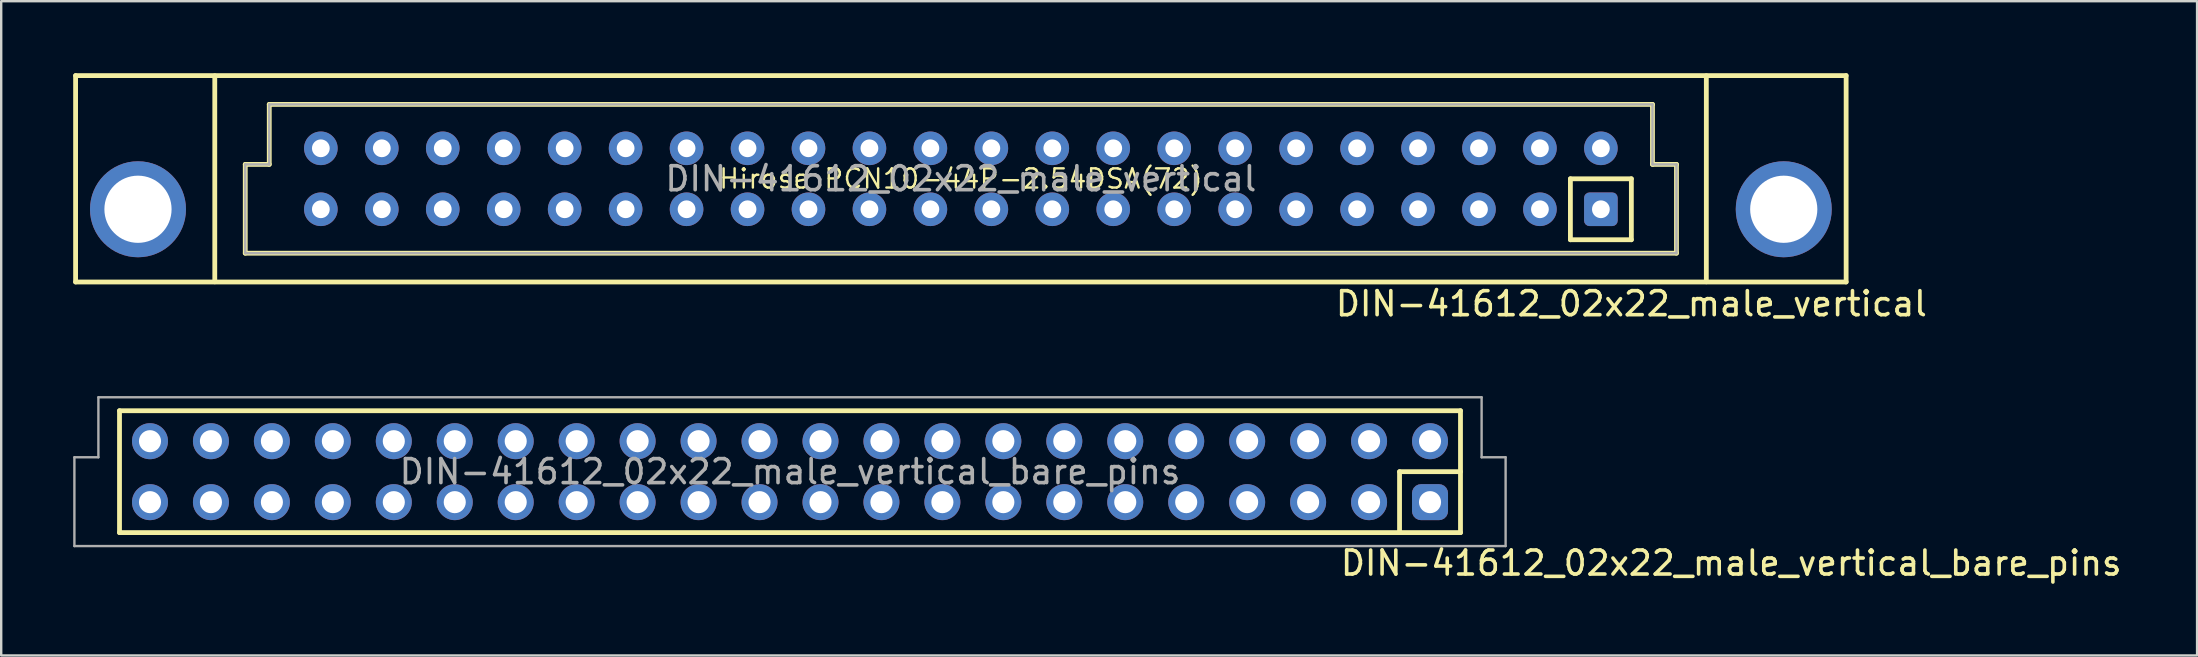
<source format=kicad_pcb>
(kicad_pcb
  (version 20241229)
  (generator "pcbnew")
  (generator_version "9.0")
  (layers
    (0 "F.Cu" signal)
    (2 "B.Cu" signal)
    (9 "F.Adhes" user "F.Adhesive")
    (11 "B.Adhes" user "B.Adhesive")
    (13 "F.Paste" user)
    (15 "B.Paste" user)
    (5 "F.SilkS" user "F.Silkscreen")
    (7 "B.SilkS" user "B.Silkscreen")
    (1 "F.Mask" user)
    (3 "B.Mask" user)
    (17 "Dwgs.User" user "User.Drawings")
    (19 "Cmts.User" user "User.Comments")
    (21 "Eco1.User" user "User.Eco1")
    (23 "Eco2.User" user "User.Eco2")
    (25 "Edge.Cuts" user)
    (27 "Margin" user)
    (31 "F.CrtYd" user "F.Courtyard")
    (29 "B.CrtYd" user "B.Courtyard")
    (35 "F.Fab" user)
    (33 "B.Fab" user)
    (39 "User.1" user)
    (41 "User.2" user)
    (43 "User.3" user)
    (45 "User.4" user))
  (footprint "DIN-41612_02x22_male_vertical_bare_pins"
    (layer "F.Cu")
    (at 29.87 16.605)
    (property "Reference" "DIN-41612_02x22_male_vertical_bare_pins" (at 22.86 3.81 180) (layer "F.SilkS") (effects (font (size 1 1) (thickness 0.15)) (justify left)))
    (attr through_hole)
    (fp_line (start -27.94 -2.54) (end -27.94 2.54) (stroke (width 0.2) (type solid)) (layer "F.SilkS"))
    (fp_line (start -27.94 2.54) (end 27.94 2.54) (stroke (width 0.2) (type solid)) (layer "F.SilkS"))
    (fp_line (start 25.4 0) (end 27.94 0) (stroke (width 0.2) (type solid)) (layer "F.SilkS"))
    (fp_line (start 25.4 2.54) (end 25.4 0) (stroke (width 0.2) (type solid)) (layer "F.SilkS"))
    (fp_line (start 27.94 -2.54) (end -27.94 -2.54) (stroke (width 0.2) (type solid)) (layer "F.SilkS"))
    (fp_line (start 27.94 2.54) (end 27.94 -2.54) (stroke (width 0.2) (type solid)) (layer "F.SilkS"))
    (fp_rect (start 26.352 0.953) (end 26.988 1.587) (stroke (width 0.001) (type solid)) (fill no) (layer "Dwgs.User"))
    (fp_line (start -29.82 -0.6) (end -29.82 3.1) (stroke (width 0.1) (type solid)) (layer "F.Fab"))
    (fp_line (start -29.82 3.1) (end 29.82 3.1) (stroke (width 0.1) (type solid)) (layer "F.Fab"))
    (fp_line (start -28.82 -3.1) (end -28.82 -0.6) (stroke (width 0.1) (type solid)) (layer "F.Fab"))
    (fp_line (start -28.82 -0.6) (end -29.82 -0.6) (stroke (width 0.1) (type solid)) (layer "F.Fab"))
    (fp_line (start 28.82 -3.1) (end -28.82 -3.1) (stroke (width 0.1) (type solid)) (layer "F.Fab"))
    (fp_line (start 28.82 -0.6) (end 28.82 -3.1) (stroke (width 0.1) (type solid)) (layer "F.Fab"))
    (fp_line (start 29.82 -0.6) (end 28.82 -0.6) (stroke (width 0.1) (type solid)) (layer "F.Fab"))
    (fp_line (start 29.82 3.1) (end 29.82 -0.6) (stroke (width 0.1) (type solid)) (layer "F.Fab"))
    (fp_text user "${REFERENCE}" (at 0 0 180) (layer "F.Fab") (effects (font (size 1 1) (thickness 0.15))))
    (pad "a1" thru_hole roundrect (at 26.67 1.27 270) (size 1.5 1.5) (drill 0.92) (layers "*.Cu" "*.Mask") (roundrect_rratio 0.25))
    (pad "a2" thru_hole circle (at 24.13 1.27 270) (size 1.5 1.5) (drill 0.92) (layers "*.Cu" "*.Mask"))
    (pad "a3" thru_hole circle (at 21.59 1.27 270) (size 1.5 1.5) (drill 0.92) (layers "*.Cu" "*.Mask"))
    (pad "a4" thru_hole circle (at 19.05 1.27 270) (size 1.5 1.5) (drill 0.92) (layers "*.Cu" "*.Mask"))
    (pad "a5" thru_hole circle (at 16.51 1.27 270) (size 1.5 1.5) (drill 0.92) (layers "*.Cu" "*.Mask"))
    (pad "a6" thru_hole circle (at 13.97 1.27 270) (size 1.5 1.5) (drill 0.92) (layers "*.Cu" "*.Mask"))
    (pad "a7" thru_hole circle (at 11.43 1.27 270) (size 1.5 1.5) (drill 0.92) (layers "*.Cu" "*.Mask"))
    (pad "a8" thru_hole circle (at 8.89 1.27 270) (size 1.5 1.5) (drill 0.92) (layers "*.Cu" "*.Mask"))
    (pad "a9" thru_hole circle (at 6.35 1.27 270) (size 1.5 1.5) (drill 0.92) (layers "*.Cu" "*.Mask"))
    (pad "a10" thru_hole circle (at 3.81 1.27 270) (size 1.5 1.5) (drill 0.92) (layers "*.Cu" "*.Mask"))
    (pad "a11" thru_hole circle (at 1.27 1.27 270) (size 1.5 1.5) (drill 0.92) (layers "*.Cu" "*.Mask"))
    (pad "a12" thru_hole circle (at -1.27 1.27 270) (size 1.5 1.5) (drill 0.92) (layers "*.Cu" "*.Mask"))
    (pad "a13" thru_hole circle (at -3.81 1.27 270) (size 1.5 1.5) (drill 0.92) (layers "*.Cu" "*.Mask"))
    (pad "a14" thru_hole circle (at -6.35 1.27 270) (size 1.5 1.5) (drill 0.92) (layers "*.Cu" "*.Mask"))
    (pad "a15" thru_hole circle (at -8.89 1.27 270) (size 1.5 1.5) (drill 0.92) (layers "*.Cu" "*.Mask"))
    (pad "a16" thru_hole circle (at -11.43 1.27 270) (size 1.5 1.5) (drill 0.92) (layers "*.Cu" "*.Mask"))
    (pad "a17" thru_hole circle (at -13.97 1.27 270) (size 1.5 1.5) (drill 0.92) (layers "*.Cu" "*.Mask"))
    (pad "a18" thru_hole circle (at -16.51 1.27 270) (size 1.5 1.5) (drill 0.92) (layers "*.Cu" "*.Mask"))
    (pad "a19" thru_hole circle (at -19.05 1.27 270) (size 1.5 1.5) (drill 0.92) (layers "*.Cu" "*.Mask"))
    (pad "a20" thru_hole circle (at -21.59 1.27 270) (size 1.5 1.5) (drill 0.92) (layers "*.Cu" "*.Mask"))
    (pad "a21" thru_hole circle (at -24.13 1.27 270) (size 1.5 1.5) (drill 0.92) (layers "*.Cu" "*.Mask"))
    (pad "a22" thru_hole circle (at -26.67 1.27 270) (size 1.5 1.5) (drill 0.92) (layers "*.Cu" "*.Mask"))
    (pad "b1" thru_hole circle (at 26.67 -1.27 270) (size 1.5 1.5) (drill 0.92) (layers "*.Cu" "*.Mask"))
    (pad "b2" thru_hole circle (at 24.13 -1.27 270) (size 1.5 1.5) (drill 0.92) (layers "*.Cu" "*.Mask"))
    (pad "b3" thru_hole circle (at 21.59 -1.27 270) (size 1.5 1.5) (drill 0.92) (layers "*.Cu" "*.Mask"))
    (pad "b4" thru_hole circle (at 19.05 -1.27 270) (size 1.5 1.5) (drill 0.92) (layers "*.Cu" "*.Mask"))
    (pad "b5" thru_hole circle (at 16.51 -1.27 270) (size 1.5 1.5) (drill 0.92) (layers "*.Cu" "*.Mask"))
    (pad "b6" thru_hole circle (at 13.97 -1.27 270) (size 1.5 1.5) (drill 0.92) (layers "*.Cu" "*.Mask"))
    (pad "b7" thru_hole circle (at 11.43 -1.27 270) (size 1.5 1.5) (drill 0.92) (layers "*.Cu" "*.Mask"))
    (pad "b8" thru_hole circle (at 8.89 -1.27 270) (size 1.5 1.5) (drill 0.92) (layers "*.Cu" "*.Mask"))
    (pad "b9" thru_hole circle (at 6.35 -1.27 270) (size 1.5 1.5) (drill 0.92) (layers "*.Cu" "*.Mask"))
    (pad "b10" thru_hole circle (at 3.81 -1.27 270) (size 1.5 1.5) (drill 0.92) (layers "*.Cu" "*.Mask"))
    (pad "b11" thru_hole circle (at 1.27 -1.27 270) (size 1.5 1.5) (drill 0.92) (layers "*.Cu" "*.Mask"))
    (pad "b12" thru_hole circle (at -1.27 -1.27 270) (size 1.5 1.5) (drill 0.92) (layers "*.Cu" "*.Mask"))
    (pad "b13" thru_hole circle (at -3.81 -1.27 270) (size 1.5 1.5) (drill 0.92) (layers "*.Cu" "*.Mask"))
    (pad "b14" thru_hole circle (at -6.35 -1.27 270) (size 1.5 1.5) (drill 0.92) (layers "*.Cu" "*.Mask"))
    (pad "b15" thru_hole circle (at -8.89 -1.27 270) (size 1.5 1.5) (drill 0.92) (layers "*.Cu" "*.Mask"))
    (pad "b16" thru_hole circle (at -11.43 -1.27 270) (size 1.5 1.5) (drill 0.92) (layers "*.Cu" "*.Mask"))
    (pad "b17" thru_hole circle (at -13.97 -1.27 270) (size 1.5 1.5) (drill 0.92) (layers "*.Cu" "*.Mask"))
    (pad "b18" thru_hole circle (at -16.51 -1.27 270) (size 1.5 1.5) (drill 0.92) (layers "*.Cu" "*.Mask"))
    (pad "b19" thru_hole circle (at -19.05 -1.27 270) (size 1.5 1.5) (drill 0.92) (layers "*.Cu" "*.Mask"))
    (pad "b20" thru_hole circle (at -21.59 -1.27 270) (size 1.5 1.5) (drill 0.92) (layers "*.Cu" "*.Mask"))
    (pad "b21" thru_hole circle (at -24.13 -1.27 270) (size 1.5 1.5) (drill 0.92) (layers "*.Cu" "*.Mask"))
    (pad "b22" thru_hole circle (at -26.67 -1.27 270) (size 1.5 1.5) (drill 0.92) (layers "*.Cu" "*.Mask")))
  (footprint "DIN-41612_02x22_male_vertical"
    (layer "F.Cu")
    (at 36.99 4.4)
    (property "Reference" "DIN-41612_02x22_male_vertical" (at 27.94 5.207 180) (layer "F.SilkS") (effects (font (size 1 1) (thickness 0.15))))
    (attr through_hole)
    (fp_line (start -36.89 -4.3) (end 36.89 -4.3) (stroke (width 0.2) (type solid)) (layer "F.SilkS"))
    (fp_line (start -36.89 4.3) (end -36.89 -4.3) (stroke (width 0.2) (type solid)) (layer "F.SilkS"))
    (fp_line (start -31.09 4.293) (end -31.09 -4.293) (stroke (width 0.2) (type solid)) (layer "F.SilkS"))
    (fp_line (start -29.82 -0.6) (end -29.82 3.1) (stroke (width 0.2) (type solid)) (layer "F.SilkS"))
    (fp_line (start -29.82 3.1) (end 29.82 3.1) (stroke (width 0.2) (type solid)) (layer "F.SilkS"))
    (fp_line (start -28.82 -3.1) (end -28.82 -0.6) (stroke (width 0.2) (type solid)) (layer "F.SilkS"))
    (fp_line (start -28.82 -0.6) (end -29.82 -0.6) (stroke (width 0.2) (type solid)) (layer "F.SilkS"))
    (fp_line (start 25.4 0) (end 27.94 0) (stroke (width 0.2) (type solid)) (layer "F.SilkS"))
    (fp_line (start 25.4 2.54) (end 25.4 0) (stroke (width 0.2) (type solid)) (layer "F.SilkS"))
    (fp_line (start 25.4 2.54) (end 27.94 2.54) (stroke (width 0.2) (type solid)) (layer "F.SilkS"))
    (fp_line (start 27.94 2.54) (end 27.94 0) (stroke (width 0.2) (type solid)) (layer "F.SilkS"))
    (fp_line (start 28.82 -3.1) (end -28.82 -3.1) (stroke (width 0.2) (type solid)) (layer "F.SilkS"))
    (fp_line (start 28.82 -0.6) (end 28.82 -3.1) (stroke (width 0.2) (type solid)) (layer "F.SilkS"))
    (fp_line (start 29.82 -0.6) (end 28.82 -0.6) (stroke (width 0.2) (type solid)) (layer "F.SilkS"))
    (fp_line (start 29.82 3.1) (end 29.82 -0.6) (stroke (width 0.2) (type solid)) (layer "F.SilkS"))
    (fp_line (start 31.064 4.293) (end 31.064 -4.293) (stroke (width 0.2) (type solid)) (layer "F.SilkS"))
    (fp_line (start 36.89 -4.3) (end 36.89 4.3) (stroke (width 0.2) (type solid)) (layer "F.SilkS"))
    (fp_line (start 36.89 4.3) (end -36.89 4.3) (stroke (width 0.2) (type solid)) (layer "F.SilkS"))
    (fp_rect (start 26.42 1.02) (end 26.92 1.52) (stroke (width 0.001) (type solid)) (fill no) (layer "Dwgs.User"))
    (fp_line (start -29.82 -0.6) (end -29.82 3.1) (stroke (width 0.1) (type solid)) (layer "F.Fab"))
    (fp_line (start -29.82 3.1) (end 29.82 3.1) (stroke (width 0.1) (type solid)) (layer "F.Fab"))
    (fp_line (start -28.82 -3.1) (end -28.82 -0.6) (stroke (width 0.1) (type solid)) (layer "F.Fab"))
    (fp_line (start -28.82 -0.6) (end -29.82 -0.6) (stroke (width 0.1) (type solid)) (layer "F.Fab"))
    (fp_line (start 28.82 -3.1) (end -28.82 -3.1) (stroke (width 0.1) (type solid)) (layer "F.Fab"))
    (fp_line (start 28.82 -0.6) (end 28.82 -3.1) (stroke (width 0.1) (type solid)) (layer "F.Fab"))
    (fp_line (start 29.82 -0.6) (end 28.82 -0.6) (stroke (width 0.1) (type solid)) (layer "F.Fab"))
    (fp_line (start 29.82 3.1) (end 29.82 -0.6) (stroke (width 0.1) (type solid)) (layer "F.Fab"))
    (fp_text user "Hirose PCN10-44P-2.54DSA(72)" (at 0 0 0) (unlocked yes) (layer "F.SilkS") (effects (font (size 0.8 0.8) (thickness 0.1))))
    (fp_text user "${REFERENCE}" (at 0 0 180) (layer "F.Fab") (effects (font (size 1 1) (thickness 0.15))))
    (pad "M1" thru_hole circle (at 34.29 1.27 180) (size 4 4) (drill 2.8) (layers "*.Cu" "*.Mask"))
    (pad "M2" thru_hole circle (at -34.29 1.27 180) (size 4 4) (drill 2.8) (layers "*.Cu" "*.Mask"))
    (pad "a1" thru_hole roundrect (at 26.67 1.27 270) (size 1.4 1.4) (drill 0.74) (layers "*.Cu" "*.Mask") (roundrect_rratio 0.161))
    (pad "a2" thru_hole circle (at 24.13 1.27 270) (size 1.4 1.4) (drill 0.74) (layers "*.Cu" "*.Mask"))
    (pad "a3" thru_hole circle (at 21.59 1.27 270) (size 1.4 1.4) (drill 0.74) (layers "*.Cu" "*.Mask"))
    (pad "a4" thru_hole circle (at 19.05 1.27 270) (size 1.4 1.4) (drill 0.74) (layers "*.Cu" "*.Mask"))
    (pad "a5" thru_hole circle (at 16.51 1.27 270) (size 1.4 1.4) (drill 0.74) (layers "*.Cu" "*.Mask"))
    (pad "a6" thru_hole circle (at 13.97 1.27 270) (size 1.4 1.4) (drill 0.74) (layers "*.Cu" "*.Mask"))
    (pad "a7" thru_hole circle (at 11.43 1.27 270) (size 1.4 1.4) (drill 0.74) (layers "*.Cu" "*.Mask"))
    (pad "a8" thru_hole circle (at 8.89 1.27 270) (size 1.4 1.4) (drill 0.74) (layers "*.Cu" "*.Mask"))
    (pad "a9" thru_hole circle (at 6.35 1.27 270) (size 1.4 1.4) (drill 0.74) (layers "*.Cu" "*.Mask"))
    (pad "a10" thru_hole circle (at 3.81 1.27 270) (size 1.4 1.4) (drill 0.74) (layers "*.Cu" "*.Mask"))
    (pad "a11" thru_hole circle (at 1.27 1.27 270) (size 1.4 1.4) (drill 0.74) (layers "*.Cu" "*.Mask"))
    (pad "a12" thru_hole circle (at -1.27 1.27 270) (size 1.4 1.4) (drill 0.74) (layers "*.Cu" "*.Mask"))
    (pad "a13" thru_hole circle (at -3.81 1.27 270) (size 1.4 1.4) (drill 0.74) (layers "*.Cu" "*.Mask"))
    (pad "a14" thru_hole circle (at -6.35 1.27 270) (size 1.4 1.4) (drill 0.74) (layers "*.Cu" "*.Mask"))
    (pad "a15" thru_hole circle (at -8.89 1.27 270) (size 1.4 1.4) (drill 0.74) (layers "*.Cu" "*.Mask"))
    (pad "a16" thru_hole circle (at -11.43 1.27 270) (size 1.4 1.4) (drill 0.74) (layers "*.Cu" "*.Mask"))
    (pad "a17" thru_hole circle (at -13.97 1.27 270) (size 1.4 1.4) (drill 0.74) (layers "*.Cu" "*.Mask"))
    (pad "a18" thru_hole circle (at -16.51 1.27 270) (size 1.4 1.4) (drill 0.74) (layers "*.Cu" "*.Mask"))
    (pad "a19" thru_hole circle (at -19.05 1.27 270) (size 1.4 1.4) (drill 0.74) (layers "*.Cu" "*.Mask"))
    (pad "a20" thru_hole circle (at -21.59 1.27 270) (size 1.4 1.4) (drill 0.74) (layers "*.Cu" "*.Mask"))
    (pad "a21" thru_hole circle (at -24.13 1.27 270) (size 1.4 1.4) (drill 0.74) (layers "*.Cu" "*.Mask"))
    (pad "a22" thru_hole circle (at -26.67 1.27 270) (size 1.4 1.4) (drill 0.74) (layers "*.Cu" "*.Mask"))
    (pad "b1" thru_hole circle (at 26.67 -1.27 270) (size 1.4 1.4) (drill 0.74) (layers "*.Cu" "*.Mask"))
    (pad "b2" thru_hole circle (at 24.13 -1.27 270) (size 1.4 1.4) (drill 0.74) (layers "*.Cu" "*.Mask"))
    (pad "b3" thru_hole circle (at 21.59 -1.27 270) (size 1.4 1.4) (drill 0.74) (layers "*.Cu" "*.Mask"))
    (pad "b4" thru_hole circle (at 19.05 -1.27 270) (size 1.4 1.4) (drill 0.74) (layers "*.Cu" "*.Mask"))
    (pad "b5" thru_hole circle (at 16.51 -1.27 270) (size 1.4 1.4) (drill 0.74) (layers "*.Cu" "*.Mask"))
    (pad "b6" thru_hole circle (at 13.97 -1.27 270) (size 1.4 1.4) (drill 0.74) (layers "*.Cu" "*.Mask"))
    (pad "b7" thru_hole circle (at 11.43 -1.27 270) (size 1.4 1.4) (drill 0.74) (layers "*.Cu" "*.Mask"))
    (pad "b8" thru_hole circle (at 8.89 -1.27 270) (size 1.4 1.4) (drill 0.74) (layers "*.Cu" "*.Mask"))
    (pad "b9" thru_hole circle (at 6.35 -1.27 270) (size 1.4 1.4) (drill 0.74) (layers "*.Cu" "*.Mask"))
    (pad "b10" thru_hole circle (at 3.81 -1.27 270) (size 1.4 1.4) (drill 0.74) (layers "*.Cu" "*.Mask"))
    (pad "b11" thru_hole circle (at 1.27 -1.27 270) (size 1.4 1.4) (drill 0.74) (layers "*.Cu" "*.Mask"))
    (pad "b12" thru_hole circle (at -1.27 -1.27 270) (size 1.4 1.4) (drill 0.74) (layers "*.Cu" "*.Mask"))
    (pad "b13" thru_hole circle (at -3.81 -1.27 270) (size 1.4 1.4) (drill 0.74) (layers "*.Cu" "*.Mask"))
    (pad "b14" thru_hole circle (at -6.35 -1.27 270) (size 1.4 1.4) (drill 0.74) (layers "*.Cu" "*.Mask"))
    (pad "b15" thru_hole circle (at -8.89 -1.27 270) (size 1.4 1.4) (drill 0.74) (layers "*.Cu" "*.Mask"))
    (pad "b16" thru_hole circle (at -11.43 -1.27 270) (size 1.4 1.4) (drill 0.74) (layers "*.Cu" "*.Mask"))
    (pad "b17" thru_hole circle (at -13.97 -1.27 270) (size 1.4 1.4) (drill 0.74) (layers "*.Cu" "*.Mask"))
    (pad "b18" thru_hole circle (at -16.51 -1.27 270) (size 1.4 1.4) (drill 0.74) (layers "*.Cu" "*.Mask"))
    (pad "b19" thru_hole circle (at -19.05 -1.27 270) (size 1.4 1.4) (drill 0.74) (layers "*.Cu" "*.Mask"))
    (pad "b20" thru_hole circle (at -21.59 -1.27 270) (size 1.4 1.4) (drill 0.74) (layers "*.Cu" "*.Mask"))
    (pad "b21" thru_hole circle (at -24.13 -1.27 270) (size 1.4 1.4) (drill 0.74) (layers "*.Cu" "*.Mask"))
    (pad "b22" thru_hole circle (at -26.67 -1.27 270) (size 1.4 1.4) (drill 0.74) (layers "*.Cu" "*.Mask")))
  (gr_rect
    (start -3 -3)
    (end 88.504 24.264)
    (stroke (width 0.1) (type default))
    (fill no)
    (layer "Edge.Cuts")))
</source>
